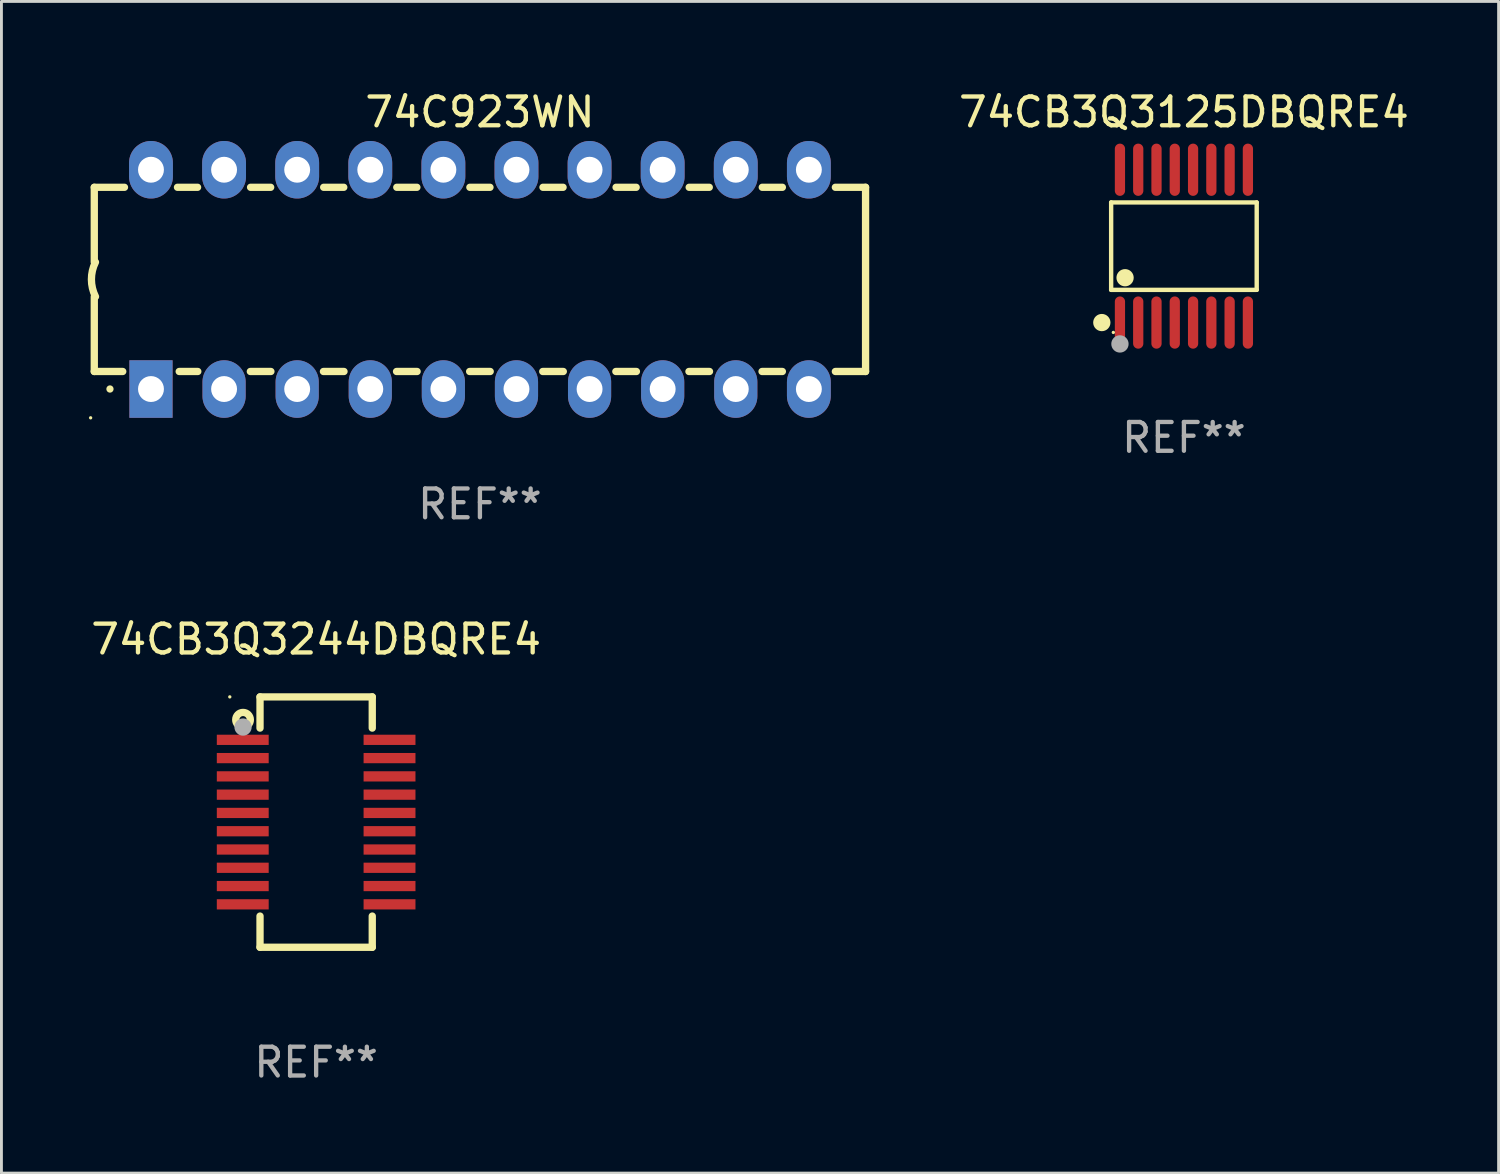
<source format=kicad_pcb>
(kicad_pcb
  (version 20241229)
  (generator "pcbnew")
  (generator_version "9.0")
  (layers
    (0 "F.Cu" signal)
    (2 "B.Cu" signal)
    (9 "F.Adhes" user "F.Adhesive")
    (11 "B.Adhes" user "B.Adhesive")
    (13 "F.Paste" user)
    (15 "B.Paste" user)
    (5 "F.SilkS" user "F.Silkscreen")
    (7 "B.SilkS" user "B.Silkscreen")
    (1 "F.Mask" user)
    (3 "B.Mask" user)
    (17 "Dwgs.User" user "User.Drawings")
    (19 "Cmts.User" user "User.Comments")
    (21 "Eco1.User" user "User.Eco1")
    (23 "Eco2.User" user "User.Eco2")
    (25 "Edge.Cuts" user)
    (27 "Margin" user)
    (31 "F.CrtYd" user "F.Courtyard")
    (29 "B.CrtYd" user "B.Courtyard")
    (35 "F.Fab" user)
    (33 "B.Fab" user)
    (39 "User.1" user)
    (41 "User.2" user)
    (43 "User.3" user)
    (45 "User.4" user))
  (footprint "74CB3Q3244DBQRE4"
    (layer "F.Cu")
    (at 7.935 25.515)
    (property "Reference" "74CB3Q3244DBQRE4" (at 0 -6.35 0) (layer "F.SilkS") (effects (font (size 1 1) (thickness 0.15))))
    (attr through_hole)
    (fp_line (start -1.95 -4.35) (end -1.95 -3.266) (stroke (width 0.254) (type solid)) (layer "F.SilkS"))
    (fp_line (start -1.95 -4.35) (end 1.95 -4.35) (stroke (width 0.254) (type solid)) (layer "F.SilkS"))
    (fp_line (start -1.95 3.266) (end -1.95 4.35) (stroke (width 0.254) (type solid)) (layer "F.SilkS"))
    (fp_line (start -1.95 4.35) (end 1.95 4.35) (stroke (width 0.254) (type solid)) (layer "F.SilkS"))
    (fp_line (start 1.95 -4.35) (end 1.95 -3.266) (stroke (width 0.254) (type solid)) (layer "F.SilkS"))
    (fp_line (start 1.95 3.266) (end 1.95 4.35) (stroke (width 0.254) (type solid)) (layer "F.SilkS"))
    (fp_circle (center -3 -4.35) (end -2.97 -4.35) (stroke (width 0.06) (type solid)) (fill no) (layer "F.SilkS"))
    (fp_circle (center -2.54 -3.556) (end -2.286 -3.556) (stroke (width 0.254) (type solid)) (fill no) (layer "F.SilkS"))
    (fp_circle (center -2.54 -3.302) (end -2.39 -3.302) (stroke (width 0.3) (type solid)) (fill no) (layer "F.Fab"))
    (fp_text user "REF**" (at 0 8.35 0) (layer "F.Fab") (effects (font (size 1 1) (thickness 0.15))))
    (pad "1" smd rect (at -2.55 -2.858) (size 1.803 0.356) (layers "F.Cu" "F.Mask" "F.Paste"))
    (pad "2" smd rect (at -2.55 -2.223) (size 1.803 0.356) (layers "F.Cu" "F.Mask" "F.Paste"))
    (pad "3" smd rect (at -2.55 -1.588) (size 1.803 0.356) (layers "F.Cu" "F.Mask" "F.Paste"))
    (pad "4" smd rect (at -2.55 -0.953) (size 1.803 0.356) (layers "F.Cu" "F.Mask" "F.Paste"))
    (pad "5" smd rect (at -2.55 -0.318) (size 1.803 0.356) (layers "F.Cu" "F.Mask" "F.Paste"))
    (pad "6" smd rect (at -2.55 0.318) (size 1.803 0.356) (layers "F.Cu" "F.Mask" "F.Paste"))
    (pad "7" smd rect (at -2.55 0.953) (size 1.803 0.356) (layers "F.Cu" "F.Mask" "F.Paste"))
    (pad "8" smd rect (at -2.55 1.588) (size 1.803 0.356) (layers "F.Cu" "F.Mask" "F.Paste"))
    (pad "9" smd rect (at -2.55 2.223) (size 1.803 0.356) (layers "F.Cu" "F.Mask" "F.Paste"))
    (pad "10" smd rect (at -2.55 2.858) (size 1.803 0.356) (layers "F.Cu" "F.Mask" "F.Paste"))
    (pad "11" smd rect (at 2.55 2.858) (size 1.803 0.356) (layers "F.Cu" "F.Mask" "F.Paste"))
    (pad "12" smd rect (at 2.55 2.223) (size 1.803 0.356) (layers "F.Cu" "F.Mask" "F.Paste"))
    (pad "13" smd rect (at 2.55 1.588) (size 1.803 0.356) (layers "F.Cu" "F.Mask" "F.Paste"))
    (pad "14" smd rect (at 2.55 0.953) (size 1.803 0.356) (layers "F.Cu" "F.Mask" "F.Paste"))
    (pad "15" smd rect (at 2.55 0.318) (size 1.803 0.356) (layers "F.Cu" "F.Mask" "F.Paste"))
    (pad "16" smd rect (at 2.55 -0.318) (size 1.803 0.356) (layers "F.Cu" "F.Mask" "F.Paste"))
    (pad "17" smd rect (at 2.55 -0.953) (size 1.803 0.356) (layers "F.Cu" "F.Mask" "F.Paste"))
    (pad "18" smd rect (at 2.55 -1.588) (size 1.803 0.356) (layers "F.Cu" "F.Mask" "F.Paste"))
    (pad "19" smd rect (at 2.55 -2.223) (size 1.803 0.356) (layers "F.Cu" "F.Mask" "F.Paste"))
    (pad "20" smd rect (at 2.55 -2.858) (size 1.803 0.356) (layers "F.Cu" "F.Mask" "F.Paste")))
  (footprint "74C923WN"
    (layer "F.Cu")
    (at 13.626 6.658)
    (property "Reference" "74C923WN" (at 0 -5.81 0) (layer "F.SilkS") (effects (font (size 1 1) (thickness 0.15))))
    (attr through_hole)
    (fp_line (start -13.4 -3.2) (end -12.351 -3.2) (stroke (width 0.254) (type solid)) (layer "F.SilkS"))
    (fp_line (start -13.4 -0.6) (end -13.4 -3.2) (stroke (width 0.254) (type solid)) (layer "F.SilkS"))
    (fp_line (start -13.4 3.2) (end -13.4 0.6) (stroke (width 0.254) (type solid)) (layer "F.SilkS"))
    (fp_line (start -13.4 3.2) (end -12.411 3.2) (stroke (width 0.254) (type solid)) (layer "F.SilkS"))
    (fp_line (start -10.509 -3.2) (end -9.811 -3.2) (stroke (width 0.254) (type solid)) (layer "F.SilkS"))
    (fp_line (start -10.449 3.2) (end -9.803 3.2) (stroke (width 0.254) (type solid)) (layer "F.SilkS"))
    (fp_line (start -7.977 3.2) (end -7.263 3.2) (stroke (width 0.254) (type solid)) (layer "F.SilkS"))
    (fp_line (start -7.969 -3.2) (end -7.271 -3.2) (stroke (width 0.254) (type solid)) (layer "F.SilkS"))
    (fp_line (start -5.437 3.2) (end -4.723 3.2) (stroke (width 0.254) (type solid)) (layer "F.SilkS"))
    (fp_line (start -5.429 -3.2) (end -4.731 -3.2) (stroke (width 0.254) (type solid)) (layer "F.SilkS"))
    (fp_line (start -2.897 3.2) (end -2.183 3.2) (stroke (width 0.254) (type solid)) (layer "F.SilkS"))
    (fp_line (start -2.889 -3.2) (end -2.191 -3.2) (stroke (width 0.254) (type solid)) (layer "F.SilkS"))
    (fp_line (start -0.357 3.2) (end 0.357 3.2) (stroke (width 0.254) (type solid)) (layer "F.SilkS"))
    (fp_line (start -0.349 -3.2) (end 0.349 -3.2) (stroke (width 0.254) (type solid)) (layer "F.SilkS"))
    (fp_line (start 2.183 3.2) (end 2.897 3.2) (stroke (width 0.254) (type solid)) (layer "F.SilkS"))
    (fp_line (start 2.191 -3.2) (end 2.889 -3.2) (stroke (width 0.254) (type solid)) (layer "F.SilkS"))
    (fp_line (start 4.723 3.2) (end 5.437 3.2) (stroke (width 0.254) (type solid)) (layer "F.SilkS"))
    (fp_line (start 4.731 -3.2) (end 5.429 -3.2) (stroke (width 0.254) (type solid)) (layer "F.SilkS"))
    (fp_line (start 7.263 3.2) (end 7.977 3.2) (stroke (width 0.254) (type solid)) (layer "F.SilkS"))
    (fp_line (start 7.271 -3.2) (end 7.969 -3.2) (stroke (width 0.254) (type solid)) (layer "F.SilkS"))
    (fp_line (start 9.803 3.2) (end 10.509 3.2) (stroke (width 0.254) (type solid)) (layer "F.SilkS"))
    (fp_line (start 9.811 -3.2) (end 10.509 -3.2) (stroke (width 0.254) (type solid)) (layer "F.SilkS"))
    (fp_line (start 12.351 -3.2) (end 13.4 -3.2) (stroke (width 0.254) (type solid)) (layer "F.SilkS"))
    (fp_line (start 12.351 3.2) (end 13.4 3.2) (stroke (width 0.254) (type solid)) (layer "F.SilkS"))
    (fp_line (start 13.4 -3.2) (end 13.4 3.2) (stroke (width 0.254) (type solid)) (layer "F.SilkS"))
    (fp_arc (start -13.357557 0.599721) (mid -13.499295 0.000123) (end -13.358598 -0.599721) (stroke (width 0.254001) (type solid)) (layer "F.SilkS"))
    (fp_arc (start -12.854966 3.810008) (mid -12.854973 3.808738) (end -12.854966 3.807468) (stroke (width 0.25) (type solid)) (layer "F.SilkS"))
    (fp_circle (center -13.527 4.81) (end -13.497 4.81) (stroke (width 0.06) (type solid)) (fill no) (layer "F.SilkS"))
    (fp_text user "REF**" (at 0 7.81 0) (layer "F.Fab") (effects (font (size 1 1) (thickness 0.15))))
    (pad "1" thru_hole rect (at -11.43 3.81 90) (size 2 1.5) (drill 0.9) (layers "*.Cu" "*.Mask"))
    (pad "2" thru_hole oval (at -8.89 3.81 90) (size 2 1.5) (drill 0.9) (layers "*.Cu" "*.Mask"))
    (pad "3" thru_hole oval (at -6.35 3.81 90) (size 2 1.5) (drill 0.9) (layers "*.Cu" "*.Mask"))
    (pad "4" thru_hole oval (at -3.81 3.81 90) (size 2 1.5) (drill 0.9) (layers "*.Cu" "*.Mask"))
    (pad "5" thru_hole oval (at -1.27 3.81 90) (size 2 1.5) (drill 0.9) (layers "*.Cu" "*.Mask"))
    (pad "6" thru_hole oval (at 1.27 3.81 90) (size 2 1.5) (drill 0.9) (layers "*.Cu" "*.Mask"))
    (pad "7" thru_hole oval (at 3.81 3.81 90) (size 2 1.5) (drill 0.9) (layers "*.Cu" "*.Mask"))
    (pad "8" thru_hole oval (at 6.35 3.81 90) (size 2 1.5) (drill 0.9) (layers "*.Cu" "*.Mask"))
    (pad "9" thru_hole oval (at 8.89 3.81 90) (size 2 1.5) (drill 0.9) (layers "*.Cu" "*.Mask"))
    (pad "10" thru_hole oval (at 11.43 3.81 90) (size 2 1.524) (drill 0.9) (layers "*.Cu" "*.Mask"))
    (pad "11" thru_hole oval (at 11.43 -3.81 90) (size 2 1.524) (drill 0.9) (layers "*.Cu" "*.Mask"))
    (pad "12" thru_hole oval (at 8.89 -3.81 90) (size 2 1.524) (drill 0.9) (layers "*.Cu" "*.Mask"))
    (pad "13" thru_hole oval (at 6.35 -3.81 90) (size 2 1.524) (drill 0.9) (layers "*.Cu" "*.Mask"))
    (pad "14" thru_hole oval (at 3.81 -3.81 90) (size 2 1.524) (drill 0.9) (layers "*.Cu" "*.Mask"))
    (pad "15" thru_hole oval (at 1.27 -3.81 90) (size 2 1.524) (drill 0.9) (layers "*.Cu" "*.Mask"))
    (pad "16" thru_hole oval (at -1.27 -3.81 90) (size 2 1.524) (drill 0.9) (layers "*.Cu" "*.Mask"))
    (pad "17" thru_hole oval (at -3.81 -3.81 90) (size 2 1.524) (drill 0.9) (layers "*.Cu" "*.Mask"))
    (pad "18" thru_hole oval (at -6.35 -3.81 90) (size 2 1.524) (drill 0.9) (layers "*.Cu" "*.Mask"))
    (pad "19" thru_hole oval (at -8.89 -3.81 90) (size 2 1.524) (drill 0.9) (layers "*.Cu" "*.Mask"))
    (pad "20" thru_hole oval (at -11.43 -3.81 90) (size 2 1.524) (drill 0.9) (layers "*.Cu" "*.Mask")))
  (footprint "74CB3Q3125DBQRE4"
    (layer "F.Cu")
    (at 38.088 5.503)
    (property "Reference" "74CB3Q3125DBQRE4" (at 0 -4.655 0) (layer "F.SilkS") (effects (font (size 1 1) (thickness 0.15))))
    (attr through_hole)
    (fp_line (start -2.529 -1.519) (end 2.529 -1.519) (stroke (width 0.152) (type solid)) (layer "F.SilkS"))
    (fp_line (start -2.529 1.519) (end -2.529 -1.519) (stroke (width 0.152) (type solid)) (layer "F.SilkS"))
    (fp_line (start 2.529 -1.519) (end 2.529 1.519) (stroke (width 0.152) (type solid)) (layer "F.SilkS"))
    (fp_line (start 2.529 1.519) (end -2.529 1.519) (stroke (width 0.152) (type solid)) (layer "F.SilkS"))
    (fp_circle (center -2.853 2.655) (end -2.703 2.655) (stroke (width 0.3) (type solid)) (fill no) (layer "F.SilkS"))
    (fp_circle (center -2.453 2.998) (end -2.423 2.998) (stroke (width 0.06) (type solid)) (fill no) (layer "F.SilkS"))
    (fp_circle (center -2.045 1.097) (end -1.895 1.097) (stroke (width 0.3) (type solid)) (fill no) (layer "F.SilkS"))
    (fp_circle (center -2.223 3.398) (end -2.072 3.398) (stroke (width 0.3) (type solid)) (fill no) (layer "F.Fab"))
    (fp_text user "REF**" (at 0 6.655 0) (layer "F.Fab") (effects (font (size 1 1) (thickness 0.15))))
    (pad "1" smd oval (at -2.223 2.655) (size 0.356 1.815) (layers "F.Cu" "F.Mask" "F.Paste"))
    (pad "2" smd oval (at -1.588 2.655) (size 0.356 1.815) (layers "F.Cu" "F.Mask" "F.Paste"))
    (pad "3" smd oval (at -0.953 2.655) (size 0.356 1.815) (layers "F.Cu" "F.Mask" "F.Paste"))
    (pad "4" smd oval (at -0.318 2.655) (size 0.356 1.815) (layers "F.Cu" "F.Mask" "F.Paste"))
    (pad "5" smd oval (at 0.318 2.655) (size 0.356 1.815) (layers "F.Cu" "F.Mask" "F.Paste"))
    (pad "6" smd oval (at 0.953 2.655) (size 0.356 1.815) (layers "F.Cu" "F.Mask" "F.Paste"))
    (pad "7" smd oval (at 1.588 2.655) (size 0.356 1.815) (layers "F.Cu" "F.Mask" "F.Paste"))
    (pad "8" smd oval (at 2.223 2.655) (size 0.356 1.815) (layers "F.Cu" "F.Mask" "F.Paste"))
    (pad "9" smd oval (at 2.223 -2.655) (size 0.356 1.815) (layers "F.Cu" "F.Mask" "F.Paste"))
    (pad "10" smd oval (at 1.588 -2.655) (size 0.356 1.815) (layers "F.Cu" "F.Mask" "F.Paste"))
    (pad "11" smd oval (at 0.953 -2.655) (size 0.356 1.815) (layers "F.Cu" "F.Mask" "F.Paste"))
    (pad "12" smd oval (at 0.318 -2.655) (size 0.356 1.815) (layers "F.Cu" "F.Mask" "F.Paste"))
    (pad "13" smd oval (at -0.318 -2.655) (size 0.356 1.815) (layers "F.Cu" "F.Mask" "F.Paste"))
    (pad "14" smd oval (at -0.953 -2.655) (size 0.356 1.815) (layers "F.Cu" "F.Mask" "F.Paste"))
    (pad "15" smd oval (at -1.588 -2.655) (size 0.356 1.815) (layers "F.Cu" "F.Mask" "F.Paste"))
    (pad "16" smd oval (at -2.223 -2.655) (size 0.356 1.815) (layers "F.Cu" "F.Mask" "F.Paste")))
  (gr_rect
    (start -3 -3)
    (end 49.022 37.713)
    (stroke (width 0.1) (type default))
    (fill no)
    (layer "Edge.Cuts")))
</source>
